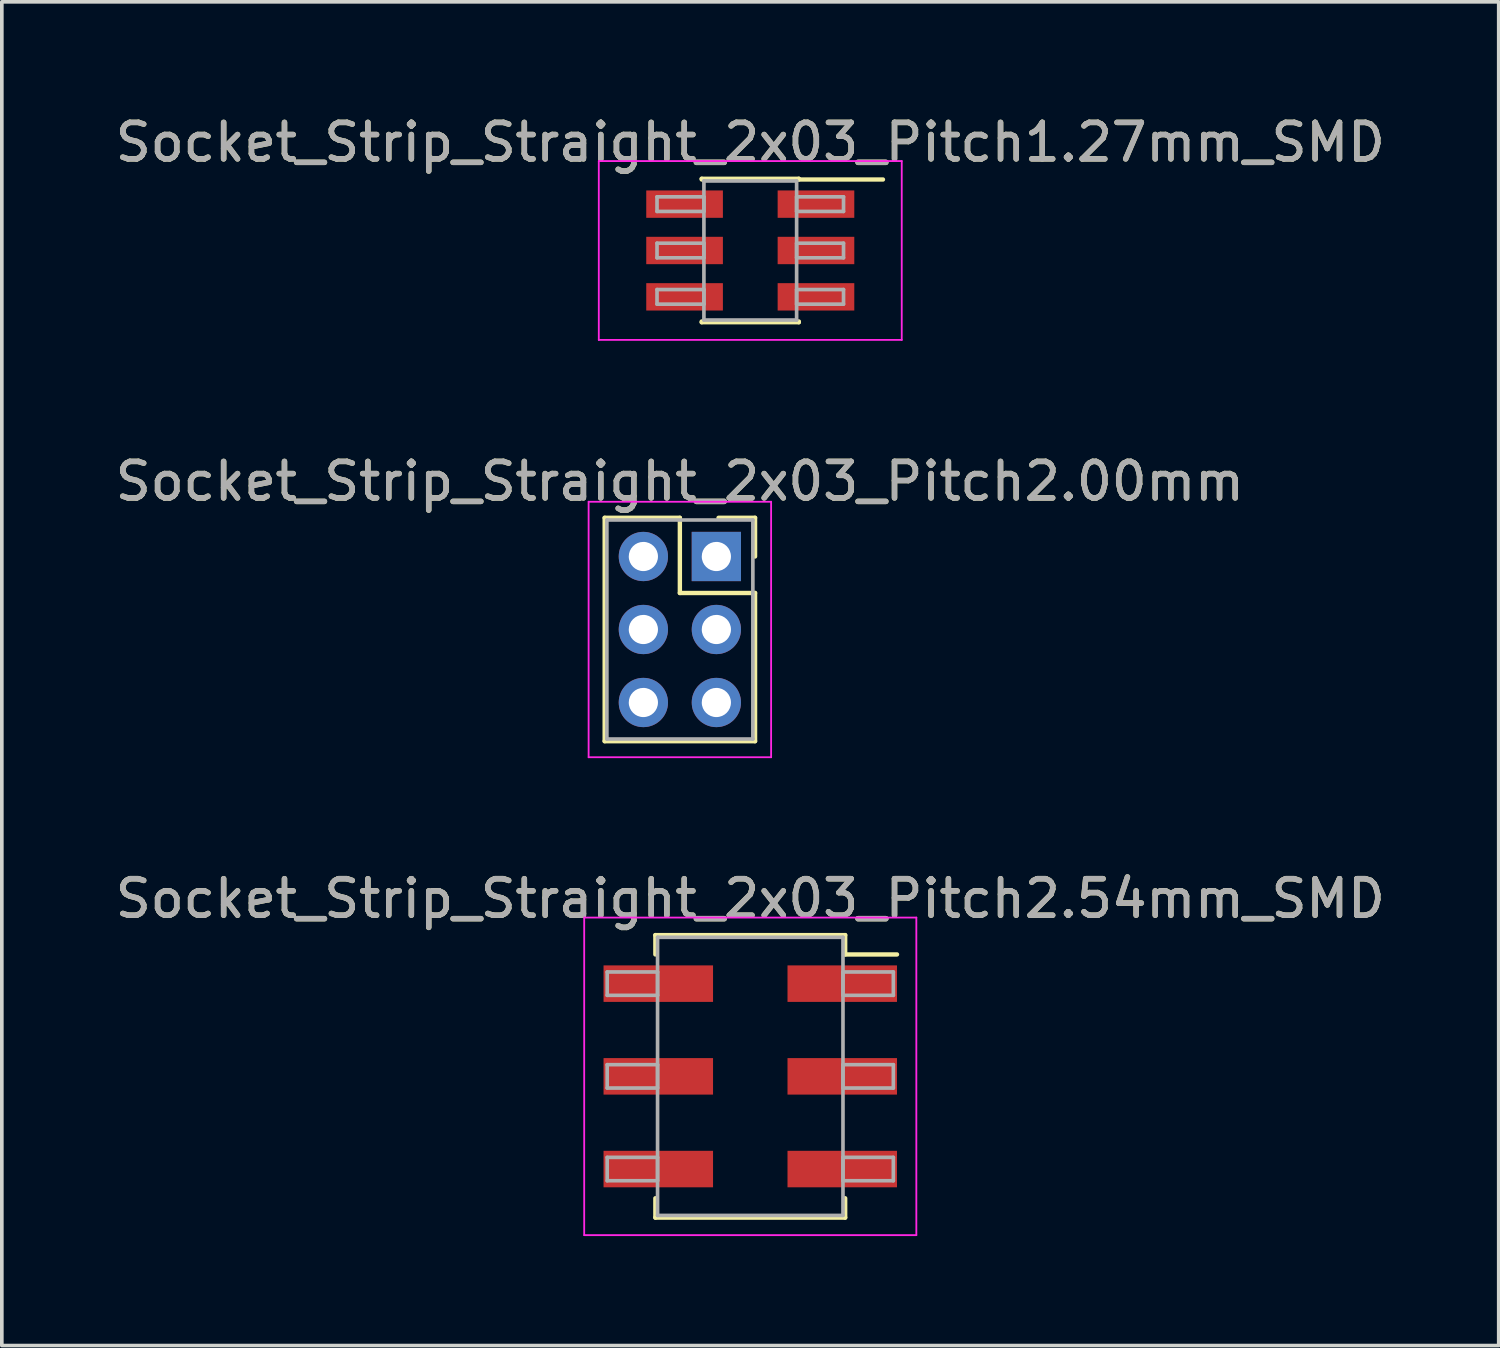
<source format=kicad_pcb>
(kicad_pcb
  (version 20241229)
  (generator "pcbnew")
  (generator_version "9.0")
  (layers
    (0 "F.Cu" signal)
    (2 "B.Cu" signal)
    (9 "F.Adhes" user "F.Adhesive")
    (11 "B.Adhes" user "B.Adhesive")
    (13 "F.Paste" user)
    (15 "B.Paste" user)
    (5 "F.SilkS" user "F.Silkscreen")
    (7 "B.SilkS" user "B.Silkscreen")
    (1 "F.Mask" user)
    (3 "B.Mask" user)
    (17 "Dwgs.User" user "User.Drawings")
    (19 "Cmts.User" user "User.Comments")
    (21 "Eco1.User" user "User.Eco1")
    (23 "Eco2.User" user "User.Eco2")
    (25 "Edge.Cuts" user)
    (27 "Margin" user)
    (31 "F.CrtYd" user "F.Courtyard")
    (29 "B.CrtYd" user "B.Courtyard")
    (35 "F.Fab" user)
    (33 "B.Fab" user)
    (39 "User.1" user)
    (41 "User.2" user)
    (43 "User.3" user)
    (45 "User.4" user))
  (footprint "Socket_Strip_Straight_2x03_Pitch2.54mm_SMD"
    (layer "F.Cu")
    (at 17.506 26.44)
    (property "Reference" "Socket_Strip_Straight_2x03_Pitch2.54mm_SMD" (at 0 -4.87 0) (layer "F.SilkS") (effects (font (size 1 1) (thickness 0.15))))
    (attr smd)
    (fp_line (start -2.6 -3.87) (end 2.6 -3.87) (stroke (width 0.12) (type solid)) (layer "F.SilkS"))
    (fp_line (start -2.6 -3.34) (end -2.6 -3.87) (stroke (width 0.12) (type solid)) (layer "F.SilkS"))
    (fp_line (start -2.6 3.34) (end -2.6 3.87) (stroke (width 0.12) (type solid)) (layer "F.SilkS"))
    (fp_line (start -2.6 3.87) (end 2.6 3.87) (stroke (width 0.12) (type solid)) (layer "F.SilkS"))
    (fp_line (start 2.6 -3.87) (end 2.6 -3.34) (stroke (width 0.12) (type solid)) (layer "F.SilkS"))
    (fp_line (start 2.6 3.87) (end 2.6 3.34) (stroke (width 0.12) (type solid)) (layer "F.SilkS"))
    (fp_line (start 4.02 -3.34) (end 2.6 -3.34) (stroke (width 0.12) (type solid)) (layer "F.SilkS"))
    (fp_line (start -4.55 -4.35) (end -4.55 4.35) (stroke (width 0.05) (type solid)) (layer "F.CrtYd"))
    (fp_line (start -4.55 4.35) (end 4.55 4.35) (stroke (width 0.05) (type solid)) (layer "F.CrtYd"))
    (fp_line (start 4.55 -4.35) (end -4.55 -4.35) (stroke (width 0.05) (type solid)) (layer "F.CrtYd"))
    (fp_line (start 4.55 4.35) (end 4.55 -4.35) (stroke (width 0.05) (type solid)) (layer "F.CrtYd"))
    (fp_line (start -3.92 -2.86) (end -2.54 -2.86) (stroke (width 0.1) (type solid)) (layer "F.Fab"))
    (fp_line (start -3.92 -2.22) (end -3.92 -2.86) (stroke (width 0.1) (type solid)) (layer "F.Fab"))
    (fp_line (start -3.92 -0.32) (end -2.54 -0.32) (stroke (width 0.1) (type solid)) (layer "F.Fab"))
    (fp_line (start -3.92 0.32) (end -3.92 -0.32) (stroke (width 0.1) (type solid)) (layer "F.Fab"))
    (fp_line (start -3.92 2.22) (end -2.54 2.22) (stroke (width 0.1) (type solid)) (layer "F.Fab"))
    (fp_line (start -3.92 2.86) (end -3.92 2.22) (stroke (width 0.1) (type solid)) (layer "F.Fab"))
    (fp_line (start -2.54 -3.81) (end -2.54 3.81) (stroke (width 0.1) (type solid)) (layer "F.Fab"))
    (fp_line (start -2.54 -2.86) (end -2.54 -2.22) (stroke (width 0.1) (type solid)) (layer "F.Fab"))
    (fp_line (start -2.54 -2.22) (end -3.92 -2.22) (stroke (width 0.1) (type solid)) (layer "F.Fab"))
    (fp_line (start -2.54 -0.32) (end -2.54 0.32) (stroke (width 0.1) (type solid)) (layer "F.Fab"))
    (fp_line (start -2.54 0.32) (end -3.92 0.32) (stroke (width 0.1) (type solid)) (layer "F.Fab"))
    (fp_line (start -2.54 2.22) (end -2.54 2.86) (stroke (width 0.1) (type solid)) (layer "F.Fab"))
    (fp_line (start -2.54 2.86) (end -3.92 2.86) (stroke (width 0.1) (type solid)) (layer "F.Fab"))
    (fp_line (start -2.54 3.81) (end 2.54 3.81) (stroke (width 0.1) (type solid)) (layer "F.Fab"))
    (fp_line (start 2.54 -3.81) (end -2.54 -3.81) (stroke (width 0.1) (type solid)) (layer "F.Fab"))
    (fp_line (start 2.54 -2.86) (end 2.54 -2.22) (stroke (width 0.1) (type solid)) (layer "F.Fab"))
    (fp_line (start 2.54 -2.22) (end 3.92 -2.22) (stroke (width 0.1) (type solid)) (layer "F.Fab"))
    (fp_line (start 2.54 -0.32) (end 2.54 0.32) (stroke (width 0.1) (type solid)) (layer "F.Fab"))
    (fp_line (start 2.54 0.32) (end 3.92 0.32) (stroke (width 0.1) (type solid)) (layer "F.Fab"))
    (fp_line (start 2.54 2.22) (end 2.54 2.86) (stroke (width 0.1) (type solid)) (layer "F.Fab"))
    (fp_line (start 2.54 2.86) (end 3.92 2.86) (stroke (width 0.1) (type solid)) (layer "F.Fab"))
    (fp_line (start 2.54 3.81) (end 2.54 -3.81) (stroke (width 0.1) (type solid)) (layer "F.Fab"))
    (fp_line (start 3.92 -2.86) (end 2.54 -2.86) (stroke (width 0.1) (type solid)) (layer "F.Fab"))
    (fp_line (start 3.92 -2.22) (end 3.92 -2.86) (stroke (width 0.1) (type solid)) (layer "F.Fab"))
    (fp_line (start 3.92 -0.32) (end 2.54 -0.32) (stroke (width 0.1) (type solid)) (layer "F.Fab"))
    (fp_line (start 3.92 0.32) (end 3.92 -0.32) (stroke (width 0.1) (type solid)) (layer "F.Fab"))
    (fp_line (start 3.92 2.22) (end 2.54 2.22) (stroke (width 0.1) (type solid)) (layer "F.Fab"))
    (fp_line (start 3.92 2.86) (end 3.92 2.22) (stroke (width 0.1) (type solid)) (layer "F.Fab"))
    (fp_text user "${REFERENCE}" (at 0 -4.87 0) (layer "F.Fab") (effects (font (size 1 1) (thickness 0.15))))
    (pad "1" smd rect (at 2.52 -2.54) (size 3 1) (layers "F.Cu" "F.Mask" "F.Paste"))
    (pad "2" smd rect (at -2.52 -2.54) (size 3 1) (layers "F.Cu" "F.Mask" "F.Paste"))
    (pad "3" smd rect (at 2.52 0) (size 3 1) (layers "F.Cu" "F.Mask" "F.Paste"))
    (pad "4" smd rect (at -2.52 0) (size 3 1) (layers "F.Cu" "F.Mask" "F.Paste"))
    (pad "5" smd rect (at 2.52 2.54) (size 3 1) (layers "F.Cu" "F.Mask" "F.Paste"))
    (pad "6" smd rect (at -2.52 2.54) (size 3 1) (layers "F.Cu" "F.Mask" "F.Paste")))
  (footprint "Socket_Strip_Straight_2x03_Pitch2.00mm"
    (layer "F.Cu")
    (at 16.577 12.197)
    (property "Reference" "Socket_Strip_Straight_2x03_Pitch2.00mm" (at -1 -2.06 0) (layer "F.SilkS") (effects (font (size 1 1) (thickness 0.15))))
    (attr through_hole)
    (fp_line (start -3.06 -1.06) (end -1 -1.06) (stroke (width 0.12) (type solid)) (layer "F.SilkS"))
    (fp_line (start -3.06 5.06) (end -3.06 -1.06) (stroke (width 0.12) (type solid)) (layer "F.SilkS"))
    (fp_line (start -1 -1.06) (end -1 1) (stroke (width 0.12) (type solid)) (layer "F.SilkS"))
    (fp_line (start -1 1) (end 1.06 1) (stroke (width 0.12) (type solid)) (layer "F.SilkS"))
    (fp_line (start 1.06 -1.06) (end 0.06 -1.06) (stroke (width 0.12) (type solid)) (layer "F.SilkS"))
    (fp_line (start 1.06 0) (end 1.06 -1.06) (stroke (width 0.12) (type solid)) (layer "F.SilkS"))
    (fp_line (start 1.06 1) (end 1.06 5.06) (stroke (width 0.12) (type solid)) (layer "F.SilkS"))
    (fp_line (start 1.06 5.06) (end -3.06 5.06) (stroke (width 0.12) (type solid)) (layer "F.SilkS"))
    (fp_line (start -3.5 -1.5) (end -3.5 5.5) (stroke (width 0.05) (type solid)) (layer "F.CrtYd"))
    (fp_line (start -3.5 5.5) (end 1.5 5.5) (stroke (width 0.05) (type solid)) (layer "F.CrtYd"))
    (fp_line (start 1.5 -1.5) (end -3.5 -1.5) (stroke (width 0.05) (type solid)) (layer "F.CrtYd"))
    (fp_line (start 1.5 5.5) (end 1.5 -1.5) (stroke (width 0.05) (type solid)) (layer "F.CrtYd"))
    (fp_line (start -3 -1) (end -3 5) (stroke (width 0.1) (type solid)) (layer "F.Fab"))
    (fp_line (start -3 5) (end 1 5) (stroke (width 0.1) (type solid)) (layer "F.Fab"))
    (fp_line (start 1 -1) (end -3 -1) (stroke (width 0.1) (type solid)) (layer "F.Fab"))
    (fp_line (start 1 5) (end 1 -1) (stroke (width 0.1) (type solid)) (layer "F.Fab"))
    (fp_text user "${REFERENCE}" (at -1 -2.06 0) (layer "F.Fab") (effects (font (size 1 1) (thickness 0.15))))
    (pad "1" thru_hole rect (at 0 0) (size 1.35 1.35) (drill 0.8) (layers "*.Cu" "*.Mask"))
    (pad "2" thru_hole oval (at -2 0) (size 1.35 1.35) (drill 0.8) (layers "*.Cu" "*.Mask"))
    (pad "3" thru_hole oval (at 0 2) (size 1.35 1.35) (drill 0.8) (layers "*.Cu" "*.Mask"))
    (pad "4" thru_hole oval (at -2 2) (size 1.35 1.35) (drill 0.8) (layers "*.Cu" "*.Mask"))
    (pad "5" thru_hole oval (at 0 4) (size 1.35 1.35) (drill 0.8) (layers "*.Cu" "*.Mask"))
    (pad "6" thru_hole oval (at -2 4) (size 1.35 1.35) (drill 0.8) (layers "*.Cu" "*.Mask")))
  (footprint "Socket_Strip_Straight_2x03_Pitch1.27mm_SMD"
    (layer "F.Cu")
    (at 17.506 3.813)
    (property "Reference" "Socket_Strip_Straight_2x03_Pitch1.27mm_SMD" (at 0 -2.965 0) (layer "F.SilkS") (effects (font (size 1 1) (thickness 0.15))))
    (attr smd)
    (fp_line (start -1.33 -1.965) (end 1.33 -1.965) (stroke (width 0.12) (type solid)) (layer "F.SilkS"))
    (fp_line (start -1.33 -1.945) (end -1.33 -1.965) (stroke (width 0.12) (type solid)) (layer "F.SilkS"))
    (fp_line (start -1.33 1.945) (end -1.33 1.965) (stroke (width 0.12) (type solid)) (layer "F.SilkS"))
    (fp_line (start -1.33 1.965) (end 1.33 1.965) (stroke (width 0.12) (type solid)) (layer "F.SilkS"))
    (fp_line (start 1.33 -1.965) (end 1.33 -1.945) (stroke (width 0.12) (type solid)) (layer "F.SilkS"))
    (fp_line (start 1.33 1.965) (end 1.33 1.945) (stroke (width 0.12) (type solid)) (layer "F.SilkS"))
    (fp_line (start 3.635 -1.945) (end 1.33 -1.945) (stroke (width 0.12) (type solid)) (layer "F.SilkS"))
    (fp_line (start -4.15 -2.45) (end -4.15 2.45) (stroke (width 0.05) (type solid)) (layer "F.CrtYd"))
    (fp_line (start -4.15 2.45) (end 4.15 2.45) (stroke (width 0.05) (type solid)) (layer "F.CrtYd"))
    (fp_line (start 4.15 -2.45) (end -4.15 -2.45) (stroke (width 0.05) (type solid)) (layer "F.CrtYd"))
    (fp_line (start 4.15 2.45) (end 4.15 -2.45) (stroke (width 0.05) (type solid)) (layer "F.CrtYd"))
    (fp_line (start -2.555 -1.47) (end -1.27 -1.47) (stroke (width 0.1) (type solid)) (layer "F.Fab"))
    (fp_line (start -2.555 -1.07) (end -2.555 -1.47) (stroke (width 0.1) (type solid)) (layer "F.Fab"))
    (fp_line (start -2.555 -0.2) (end -1.27 -0.2) (stroke (width 0.1) (type solid)) (layer "F.Fab"))
    (fp_line (start -2.555 0.2) (end -2.555 -0.2) (stroke (width 0.1) (type solid)) (layer "F.Fab"))
    (fp_line (start -2.555 1.07) (end -1.27 1.07) (stroke (width 0.1) (type solid)) (layer "F.Fab"))
    (fp_line (start -2.555 1.47) (end -2.555 1.07) (stroke (width 0.1) (type solid)) (layer "F.Fab"))
    (fp_line (start -1.27 -1.905) (end -1.27 1.905) (stroke (width 0.1) (type solid)) (layer "F.Fab"))
    (fp_line (start -1.27 -1.47) (end -1.27 -1.07) (stroke (width 0.1) (type solid)) (layer "F.Fab"))
    (fp_line (start -1.27 -1.07) (end -2.555 -1.07) (stroke (width 0.1) (type solid)) (layer "F.Fab"))
    (fp_line (start -1.27 -0.2) (end -1.27 0.2) (stroke (width 0.1) (type solid)) (layer "F.Fab"))
    (fp_line (start -1.27 0.2) (end -2.555 0.2) (stroke (width 0.1) (type solid)) (layer "F.Fab"))
    (fp_line (start -1.27 1.07) (end -1.27 1.47) (stroke (width 0.1) (type solid)) (layer "F.Fab"))
    (fp_line (start -1.27 1.47) (end -2.555 1.47) (stroke (width 0.1) (type solid)) (layer "F.Fab"))
    (fp_line (start -1.27 1.905) (end 1.27 1.905) (stroke (width 0.1) (type solid)) (layer "F.Fab"))
    (fp_line (start 1.27 -1.905) (end -1.27 -1.905) (stroke (width 0.1) (type solid)) (layer "F.Fab"))
    (fp_line (start 1.27 -1.47) (end 1.27 -1.07) (stroke (width 0.1) (type solid)) (layer "F.Fab"))
    (fp_line (start 1.27 -1.07) (end 2.555 -1.07) (stroke (width 0.1) (type solid)) (layer "F.Fab"))
    (fp_line (start 1.27 -0.2) (end 1.27 0.2) (stroke (width 0.1) (type solid)) (layer "F.Fab"))
    (fp_line (start 1.27 0.2) (end 2.555 0.2) (stroke (width 0.1) (type solid)) (layer "F.Fab"))
    (fp_line (start 1.27 1.07) (end 1.27 1.47) (stroke (width 0.1) (type solid)) (layer "F.Fab"))
    (fp_line (start 1.27 1.47) (end 2.555 1.47) (stroke (width 0.1) (type solid)) (layer "F.Fab"))
    (fp_line (start 1.27 1.905) (end 1.27 -1.905) (stroke (width 0.1) (type solid)) (layer "F.Fab"))
    (fp_line (start 2.555 -1.47) (end 1.27 -1.47) (stroke (width 0.1) (type solid)) (layer "F.Fab"))
    (fp_line (start 2.555 -1.07) (end 2.555 -1.47) (stroke (width 0.1) (type solid)) (layer "F.Fab"))
    (fp_line (start 2.555 -0.2) (end 1.27 -0.2) (stroke (width 0.1) (type solid)) (layer "F.Fab"))
    (fp_line (start 2.555 0.2) (end 2.555 -0.2) (stroke (width 0.1) (type solid)) (layer "F.Fab"))
    (fp_line (start 2.555 1.07) (end 1.27 1.07) (stroke (width 0.1) (type solid)) (layer "F.Fab"))
    (fp_line (start 2.555 1.47) (end 2.555 1.07) (stroke (width 0.1) (type solid)) (layer "F.Fab"))
    (fp_text user "${REFERENCE}" (at 0 -2.965 0) (layer "F.Fab") (effects (font (size 1 1) (thickness 0.15))))
    (pad "1" smd rect (at 1.8 -1.27) (size 2.1 0.75) (layers "F.Cu" "F.Mask" "F.Paste"))
    (pad "2" smd rect (at -1.8 -1.27) (size 2.1 0.75) (layers "F.Cu" "F.Mask" "F.Paste"))
    (pad "3" smd rect (at 1.8 0) (size 2.1 0.75) (layers "F.Cu" "F.Mask" "F.Paste"))
    (pad "4" smd rect (at -1.8 0) (size 2.1 0.75) (layers "F.Cu" "F.Mask" "F.Paste"))
    (pad "5" smd rect (at 1.8 1.27) (size 2.1 0.75) (layers "F.Cu" "F.Mask" "F.Paste"))
    (pad "6" smd rect (at -1.8 1.27) (size 2.1 0.75) (layers "F.Cu" "F.Mask" "F.Paste")))
  (gr_rect
    (start -3 -3)
    (end 38.012 33.815)
    (stroke (width 0.1) (type default))
    (fill no)
    (layer "Edge.Cuts")))
</source>
